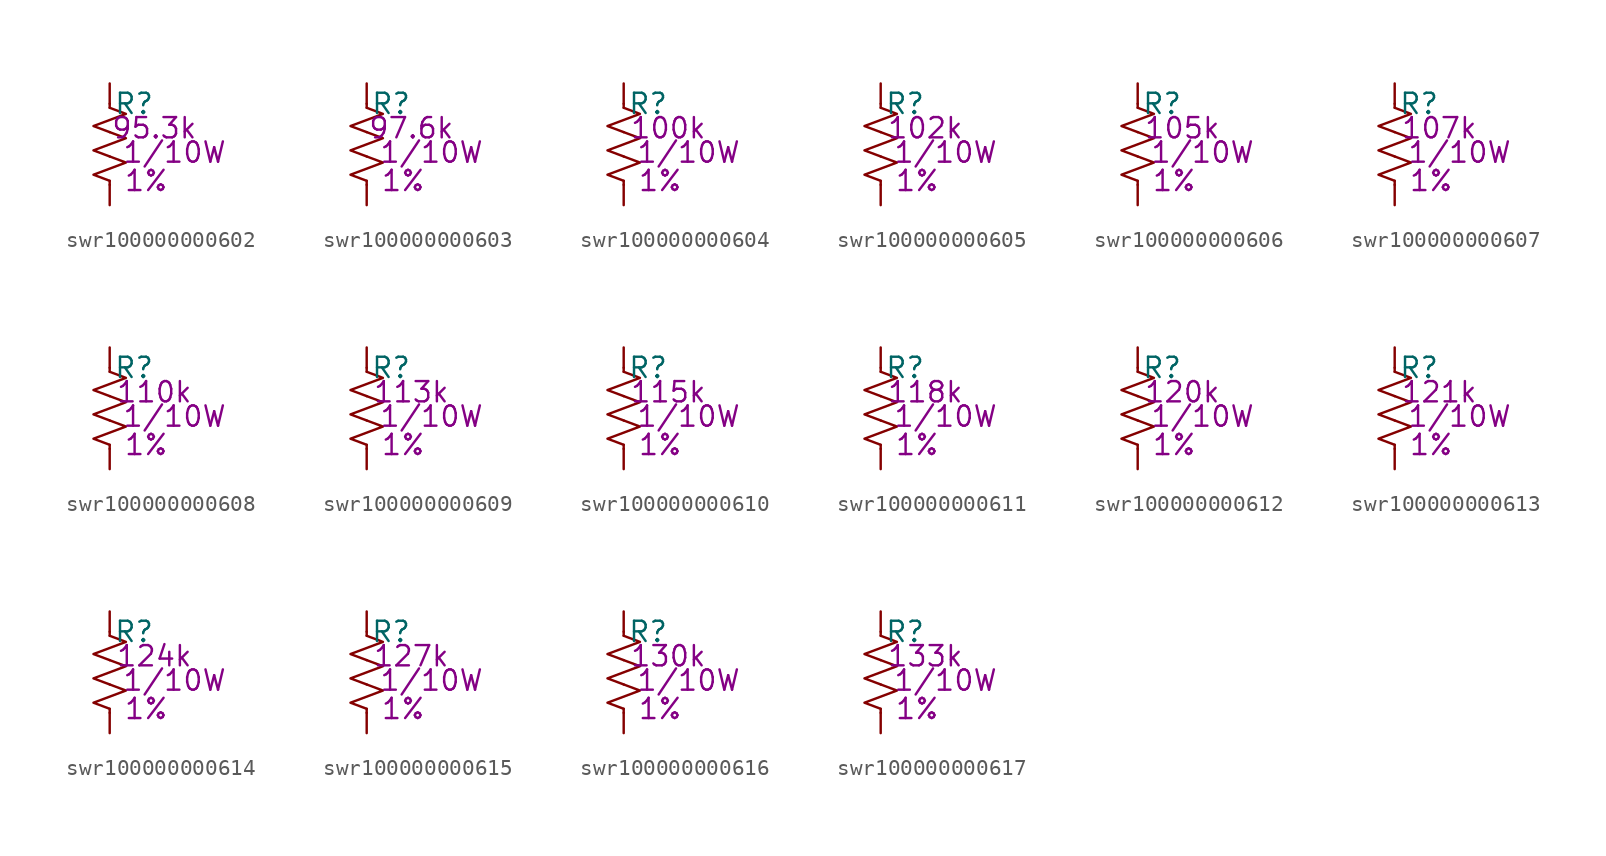
<source format=kicad_sym>
(kicad_symbol_lib
  (version 20211014)
  (generator kicad_symbol_editor)
  (symbol "swr100000000602"
    (pin_numbers hide)
    (pin_names
      (offset 1.016))
    (property "Reference" "R"
      (at 1.524 2.54 0)
      (effects (font (size 1.27 1.27))))
    (property "Tolerance" "1%"
      (at 2.286 -2.286 0)
      (effects (font (size 1.27 1.27))))
    (property "Wattage" "1/10W"
      (at 4.064 -0.508 0)
      (effects (font (size 1.27 1.27))))
    (property "PartValue" "95.3k"
      (at 2.794 1.016 0)
      (effects (font (size 1.27 1.27))))
    (symbol "swr100000000602_1_1"
      (polyline (pts (xy 0 -2.286) (xy 0 -2.54)) (stroke (width 0) (type default) (color 0 0 0 0)) (fill (type none)))
      (polyline (pts (xy 0 2.286) (xy 0 2.54)) (stroke (width 0) (type default) (color 0 0 0 0)) (fill (type none)))
      (polyline (pts (xy 0 -0.762) (xy 1.016 -1.143) (xy 0 -1.524) (xy -1.016 -1.905) (xy 0 -2.286)) (stroke (width 0) (type default) (color 0 0 0 0)) (fill (type none)))
      (polyline (pts (xy 0 0.762) (xy 1.016 0.381) (xy 0 0) (xy -1.016 -0.381) (xy 0 -0.762)) (stroke (width 0) (type default) (color 0 0 0 0)) (fill (type none)))
      (polyline (pts (xy 0 2.286) (xy 1.016 1.905) (xy 0 1.524) (xy -1.016 1.143) (xy 0 0.762)) (stroke (width 0) (type default) (color 0 0 0 0)) (fill (type none)))
      (pin passive line (at 0 3.81 270) (length 1.27) (name "~" (effects (font (size 1.27 1.27)))) (number "1" (effects (font (size 1.27 1.27)))))
      (pin passive line (at 0 -3.81 90) (length 1.27) (name "~" (effects (font (size 1.27 1.27)))) (number "2" (effects (font (size 1.27 1.27)))))))
  (symbol "swr100000000603"
    (pin_numbers hide)
    (pin_names
      (offset 1.016))
    (property "Reference" "R"
      (at 1.524 2.54 0)
      (effects (font (size 1.27 1.27))))
    (property "Tolerance" "1%"
      (at 2.286 -2.286 0)
      (effects (font (size 1.27 1.27))))
    (property "Wattage" "1/10W"
      (at 4.064 -0.508 0)
      (effects (font (size 1.27 1.27))))
    (property "PartValue" "97.6k"
      (at 2.794 1.016 0)
      (effects (font (size 1.27 1.27))))
    (symbol "swr100000000603_1_1"
      (polyline (pts (xy 0 -2.286) (xy 0 -2.54)) (stroke (width 0) (type default) (color 0 0 0 0)) (fill (type none)))
      (polyline (pts (xy 0 2.286) (xy 0 2.54)) (stroke (width 0) (type default) (color 0 0 0 0)) (fill (type none)))
      (polyline (pts (xy 0 -0.762) (xy 1.016 -1.143) (xy 0 -1.524) (xy -1.016 -1.905) (xy 0 -2.286)) (stroke (width 0) (type default) (color 0 0 0 0)) (fill (type none)))
      (polyline (pts (xy 0 0.762) (xy 1.016 0.381) (xy 0 0) (xy -1.016 -0.381) (xy 0 -0.762)) (stroke (width 0) (type default) (color 0 0 0 0)) (fill (type none)))
      (polyline (pts (xy 0 2.286) (xy 1.016 1.905) (xy 0 1.524) (xy -1.016 1.143) (xy 0 0.762)) (stroke (width 0) (type default) (color 0 0 0 0)) (fill (type none)))
      (pin passive line (at 0 3.81 270) (length 1.27) (name "~" (effects (font (size 1.27 1.27)))) (number "1" (effects (font (size 1.27 1.27)))))
      (pin passive line (at 0 -3.81 90) (length 1.27) (name "~" (effects (font (size 1.27 1.27)))) (number "2" (effects (font (size 1.27 1.27)))))))
  (symbol "swr100000000604"
    (pin_numbers hide)
    (pin_names
      (offset 1.016))
    (property "Reference" "R"
      (at 1.524 2.54 0)
      (effects (font (size 1.27 1.27))))
    (property "Tolerance" "1%"
      (at 2.286 -2.286 0)
      (effects (font (size 1.27 1.27))))
    (property "Wattage" "1/10W"
      (at 4.064 -0.508 0)
      (effects (font (size 1.27 1.27))))
    (property "PartValue" "100k"
      (at 2.794 1.016 0)
      (effects (font (size 1.27 1.27))))
    (symbol "swr100000000604_1_1"
      (polyline (pts (xy 0 -2.286) (xy 0 -2.54)) (stroke (width 0) (type default) (color 0 0 0 0)) (fill (type none)))
      (polyline (pts (xy 0 2.286) (xy 0 2.54)) (stroke (width 0) (type default) (color 0 0 0 0)) (fill (type none)))
      (polyline (pts (xy 0 -0.762) (xy 1.016 -1.143) (xy 0 -1.524) (xy -1.016 -1.905) (xy 0 -2.286)) (stroke (width 0) (type default) (color 0 0 0 0)) (fill (type none)))
      (polyline (pts (xy 0 0.762) (xy 1.016 0.381) (xy 0 0) (xy -1.016 -0.381) (xy 0 -0.762)) (stroke (width 0) (type default) (color 0 0 0 0)) (fill (type none)))
      (polyline (pts (xy 0 2.286) (xy 1.016 1.905) (xy 0 1.524) (xy -1.016 1.143) (xy 0 0.762)) (stroke (width 0) (type default) (color 0 0 0 0)) (fill (type none)))
      (pin passive line (at 0 3.81 270) (length 1.27) (name "~" (effects (font (size 1.27 1.27)))) (number "1" (effects (font (size 1.27 1.27)))))
      (pin passive line (at 0 -3.81 90) (length 1.27) (name "~" (effects (font (size 1.27 1.27)))) (number "2" (effects (font (size 1.27 1.27)))))))
  (symbol "swr100000000605"
    (pin_numbers hide)
    (pin_names
      (offset 1.016))
    (property "Reference" "R"
      (at 1.524 2.54 0)
      (effects (font (size 1.27 1.27))))
    (property "Tolerance" "1%"
      (at 2.286 -2.286 0)
      (effects (font (size 1.27 1.27))))
    (property "Wattage" "1/10W"
      (at 4.064 -0.508 0)
      (effects (font (size 1.27 1.27))))
    (property "PartValue" "102k"
      (at 2.794 1.016 0)
      (effects (font (size 1.27 1.27))))
    (symbol "swr100000000605_1_1"
      (polyline (pts (xy 0 -2.286) (xy 0 -2.54)) (stroke (width 0) (type default) (color 0 0 0 0)) (fill (type none)))
      (polyline (pts (xy 0 2.286) (xy 0 2.54)) (stroke (width 0) (type default) (color 0 0 0 0)) (fill (type none)))
      (polyline (pts (xy 0 -0.762) (xy 1.016 -1.143) (xy 0 -1.524) (xy -1.016 -1.905) (xy 0 -2.286)) (stroke (width 0) (type default) (color 0 0 0 0)) (fill (type none)))
      (polyline (pts (xy 0 0.762) (xy 1.016 0.381) (xy 0 0) (xy -1.016 -0.381) (xy 0 -0.762)) (stroke (width 0) (type default) (color 0 0 0 0)) (fill (type none)))
      (polyline (pts (xy 0 2.286) (xy 1.016 1.905) (xy 0 1.524) (xy -1.016 1.143) (xy 0 0.762)) (stroke (width 0) (type default) (color 0 0 0 0)) (fill (type none)))
      (pin passive line (at 0 3.81 270) (length 1.27) (name "~" (effects (font (size 1.27 1.27)))) (number "1" (effects (font (size 1.27 1.27)))))
      (pin passive line (at 0 -3.81 90) (length 1.27) (name "~" (effects (font (size 1.27 1.27)))) (number "2" (effects (font (size 1.27 1.27)))))))
  (symbol "swr100000000606"
    (pin_numbers hide)
    (pin_names
      (offset 1.016))
    (property "Reference" "R"
      (at 1.524 2.54 0)
      (effects (font (size 1.27 1.27))))
    (property "Tolerance" "1%"
      (at 2.286 -2.286 0)
      (effects (font (size 1.27 1.27))))
    (property "Wattage" "1/10W"
      (at 4.064 -0.508 0)
      (effects (font (size 1.27 1.27))))
    (property "PartValue" "105k"
      (at 2.794 1.016 0)
      (effects (font (size 1.27 1.27))))
    (symbol "swr100000000606_1_1"
      (polyline (pts (xy 0 -2.286) (xy 0 -2.54)) (stroke (width 0) (type default) (color 0 0 0 0)) (fill (type none)))
      (polyline (pts (xy 0 2.286) (xy 0 2.54)) (stroke (width 0) (type default) (color 0 0 0 0)) (fill (type none)))
      (polyline (pts (xy 0 -0.762) (xy 1.016 -1.143) (xy 0 -1.524) (xy -1.016 -1.905) (xy 0 -2.286)) (stroke (width 0) (type default) (color 0 0 0 0)) (fill (type none)))
      (polyline (pts (xy 0 0.762) (xy 1.016 0.381) (xy 0 0) (xy -1.016 -0.381) (xy 0 -0.762)) (stroke (width 0) (type default) (color 0 0 0 0)) (fill (type none)))
      (polyline (pts (xy 0 2.286) (xy 1.016 1.905) (xy 0 1.524) (xy -1.016 1.143) (xy 0 0.762)) (stroke (width 0) (type default) (color 0 0 0 0)) (fill (type none)))
      (pin passive line (at 0 3.81 270) (length 1.27) (name "~" (effects (font (size 1.27 1.27)))) (number "1" (effects (font (size 1.27 1.27)))))
      (pin passive line (at 0 -3.81 90) (length 1.27) (name "~" (effects (font (size 1.27 1.27)))) (number "2" (effects (font (size 1.27 1.27)))))))
  (symbol "swr100000000607"
    (pin_numbers hide)
    (pin_names
      (offset 1.016))
    (property "Reference" "R"
      (at 1.524 2.54 0)
      (effects (font (size 1.27 1.27))))
    (property "Tolerance" "1%"
      (at 2.286 -2.286 0)
      (effects (font (size 1.27 1.27))))
    (property "Wattage" "1/10W"
      (at 4.064 -0.508 0)
      (effects (font (size 1.27 1.27))))
    (property "PartValue" "107k"
      (at 2.794 1.016 0)
      (effects (font (size 1.27 1.27))))
    (symbol "swr100000000607_1_1"
      (polyline (pts (xy 0 -2.286) (xy 0 -2.54)) (stroke (width 0) (type default) (color 0 0 0 0)) (fill (type none)))
      (polyline (pts (xy 0 2.286) (xy 0 2.54)) (stroke (width 0) (type default) (color 0 0 0 0)) (fill (type none)))
      (polyline (pts (xy 0 -0.762) (xy 1.016 -1.143) (xy 0 -1.524) (xy -1.016 -1.905) (xy 0 -2.286)) (stroke (width 0) (type default) (color 0 0 0 0)) (fill (type none)))
      (polyline (pts (xy 0 0.762) (xy 1.016 0.381) (xy 0 0) (xy -1.016 -0.381) (xy 0 -0.762)) (stroke (width 0) (type default) (color 0 0 0 0)) (fill (type none)))
      (polyline (pts (xy 0 2.286) (xy 1.016 1.905) (xy 0 1.524) (xy -1.016 1.143) (xy 0 0.762)) (stroke (width 0) (type default) (color 0 0 0 0)) (fill (type none)))
      (pin passive line (at 0 3.81 270) (length 1.27) (name "~" (effects (font (size 1.27 1.27)))) (number "1" (effects (font (size 1.27 1.27)))))
      (pin passive line (at 0 -3.81 90) (length 1.27) (name "~" (effects (font (size 1.27 1.27)))) (number "2" (effects (font (size 1.27 1.27)))))))
  (symbol "swr100000000608"
    (pin_numbers hide)
    (pin_names
      (offset 1.016))
    (property "Reference" "R"
      (at 1.524 2.54 0)
      (effects (font (size 1.27 1.27))))
    (property "Tolerance" "1%"
      (at 2.286 -2.286 0)
      (effects (font (size 1.27 1.27))))
    (property "Wattage" "1/10W"
      (at 4.064 -0.508 0)
      (effects (font (size 1.27 1.27))))
    (property "PartValue" "110k"
      (at 2.794 1.016 0)
      (effects (font (size 1.27 1.27))))
    (symbol "swr100000000608_1_1"
      (polyline (pts (xy 0 -2.286) (xy 0 -2.54)) (stroke (width 0) (type default) (color 0 0 0 0)) (fill (type none)))
      (polyline (pts (xy 0 2.286) (xy 0 2.54)) (stroke (width 0) (type default) (color 0 0 0 0)) (fill (type none)))
      (polyline (pts (xy 0 -0.762) (xy 1.016 -1.143) (xy 0 -1.524) (xy -1.016 -1.905) (xy 0 -2.286)) (stroke (width 0) (type default) (color 0 0 0 0)) (fill (type none)))
      (polyline (pts (xy 0 0.762) (xy 1.016 0.381) (xy 0 0) (xy -1.016 -0.381) (xy 0 -0.762)) (stroke (width 0) (type default) (color 0 0 0 0)) (fill (type none)))
      (polyline (pts (xy 0 2.286) (xy 1.016 1.905) (xy 0 1.524) (xy -1.016 1.143) (xy 0 0.762)) (stroke (width 0) (type default) (color 0 0 0 0)) (fill (type none)))
      (pin passive line (at 0 3.81 270) (length 1.27) (name "~" (effects (font (size 1.27 1.27)))) (number "1" (effects (font (size 1.27 1.27)))))
      (pin passive line (at 0 -3.81 90) (length 1.27) (name "~" (effects (font (size 1.27 1.27)))) (number "2" (effects (font (size 1.27 1.27)))))))
  (symbol "swr100000000609"
    (pin_numbers hide)
    (pin_names
      (offset 1.016))
    (property "Reference" "R"
      (at 1.524 2.54 0)
      (effects (font (size 1.27 1.27))))
    (property "Tolerance" "1%"
      (at 2.286 -2.286 0)
      (effects (font (size 1.27 1.27))))
    (property "Wattage" "1/10W"
      (at 4.064 -0.508 0)
      (effects (font (size 1.27 1.27))))
    (property "PartValue" "113k"
      (at 2.794 1.016 0)
      (effects (font (size 1.27 1.27))))
    (symbol "swr100000000609_1_1"
      (polyline (pts (xy 0 -2.286) (xy 0 -2.54)) (stroke (width 0) (type default) (color 0 0 0 0)) (fill (type none)))
      (polyline (pts (xy 0 2.286) (xy 0 2.54)) (stroke (width 0) (type default) (color 0 0 0 0)) (fill (type none)))
      (polyline (pts (xy 0 -0.762) (xy 1.016 -1.143) (xy 0 -1.524) (xy -1.016 -1.905) (xy 0 -2.286)) (stroke (width 0) (type default) (color 0 0 0 0)) (fill (type none)))
      (polyline (pts (xy 0 0.762) (xy 1.016 0.381) (xy 0 0) (xy -1.016 -0.381) (xy 0 -0.762)) (stroke (width 0) (type default) (color 0 0 0 0)) (fill (type none)))
      (polyline (pts (xy 0 2.286) (xy 1.016 1.905) (xy 0 1.524) (xy -1.016 1.143) (xy 0 0.762)) (stroke (width 0) (type default) (color 0 0 0 0)) (fill (type none)))
      (pin passive line (at 0 3.81 270) (length 1.27) (name "~" (effects (font (size 1.27 1.27)))) (number "1" (effects (font (size 1.27 1.27)))))
      (pin passive line (at 0 -3.81 90) (length 1.27) (name "~" (effects (font (size 1.27 1.27)))) (number "2" (effects (font (size 1.27 1.27)))))))
  (symbol "swr100000000610"
    (pin_numbers hide)
    (pin_names
      (offset 1.016))
    (property "Reference" "R"
      (at 1.524 2.54 0)
      (effects (font (size 1.27 1.27))))
    (property "Tolerance" "1%"
      (at 2.286 -2.286 0)
      (effects (font (size 1.27 1.27))))
    (property "Wattage" "1/10W"
      (at 4.064 -0.508 0)
      (effects (font (size 1.27 1.27))))
    (property "PartValue" "115k"
      (at 2.794 1.016 0)
      (effects (font (size 1.27 1.27))))
    (symbol "swr100000000610_1_1"
      (polyline (pts (xy 0 -2.286) (xy 0 -2.54)) (stroke (width 0) (type default) (color 0 0 0 0)) (fill (type none)))
      (polyline (pts (xy 0 2.286) (xy 0 2.54)) (stroke (width 0) (type default) (color 0 0 0 0)) (fill (type none)))
      (polyline (pts (xy 0 -0.762) (xy 1.016 -1.143) (xy 0 -1.524) (xy -1.016 -1.905) (xy 0 -2.286)) (stroke (width 0) (type default) (color 0 0 0 0)) (fill (type none)))
      (polyline (pts (xy 0 0.762) (xy 1.016 0.381) (xy 0 0) (xy -1.016 -0.381) (xy 0 -0.762)) (stroke (width 0) (type default) (color 0 0 0 0)) (fill (type none)))
      (polyline (pts (xy 0 2.286) (xy 1.016 1.905) (xy 0 1.524) (xy -1.016 1.143) (xy 0 0.762)) (stroke (width 0) (type default) (color 0 0 0 0)) (fill (type none)))
      (pin passive line (at 0 3.81 270) (length 1.27) (name "~" (effects (font (size 1.27 1.27)))) (number "1" (effects (font (size 1.27 1.27)))))
      (pin passive line (at 0 -3.81 90) (length 1.27) (name "~" (effects (font (size 1.27 1.27)))) (number "2" (effects (font (size 1.27 1.27)))))))
  (symbol "swr100000000611"
    (pin_numbers hide)
    (pin_names
      (offset 1.016))
    (property "Reference" "R"
      (at 1.524 2.54 0)
      (effects (font (size 1.27 1.27))))
    (property "Tolerance" "1%"
      (at 2.286 -2.286 0)
      (effects (font (size 1.27 1.27))))
    (property "Wattage" "1/10W"
      (at 4.064 -0.508 0)
      (effects (font (size 1.27 1.27))))
    (property "PartValue" "118k"
      (at 2.794 1.016 0)
      (effects (font (size 1.27 1.27))))
    (symbol "swr100000000611_1_1"
      (polyline (pts (xy 0 -2.286) (xy 0 -2.54)) (stroke (width 0) (type default) (color 0 0 0 0)) (fill (type none)))
      (polyline (pts (xy 0 2.286) (xy 0 2.54)) (stroke (width 0) (type default) (color 0 0 0 0)) (fill (type none)))
      (polyline (pts (xy 0 -0.762) (xy 1.016 -1.143) (xy 0 -1.524) (xy -1.016 -1.905) (xy 0 -2.286)) (stroke (width 0) (type default) (color 0 0 0 0)) (fill (type none)))
      (polyline (pts (xy 0 0.762) (xy 1.016 0.381) (xy 0 0) (xy -1.016 -0.381) (xy 0 -0.762)) (stroke (width 0) (type default) (color 0 0 0 0)) (fill (type none)))
      (polyline (pts (xy 0 2.286) (xy 1.016 1.905) (xy 0 1.524) (xy -1.016 1.143) (xy 0 0.762)) (stroke (width 0) (type default) (color 0 0 0 0)) (fill (type none)))
      (pin passive line (at 0 3.81 270) (length 1.27) (name "~" (effects (font (size 1.27 1.27)))) (number "1" (effects (font (size 1.27 1.27)))))
      (pin passive line (at 0 -3.81 90) (length 1.27) (name "~" (effects (font (size 1.27 1.27)))) (number "2" (effects (font (size 1.27 1.27)))))))
  (symbol "swr100000000612"
    (pin_numbers hide)
    (pin_names
      (offset 1.016))
    (property "Reference" "R"
      (at 1.524 2.54 0)
      (effects (font (size 1.27 1.27))))
    (property "Tolerance" "1%"
      (at 2.286 -2.286 0)
      (effects (font (size 1.27 1.27))))
    (property "Wattage" "1/10W"
      (at 4.064 -0.508 0)
      (effects (font (size 1.27 1.27))))
    (property "PartValue" "120k"
      (at 2.794 1.016 0)
      (effects (font (size 1.27 1.27))))
    (symbol "swr100000000612_1_1"
      (polyline (pts (xy 0 -2.286) (xy 0 -2.54)) (stroke (width 0) (type default) (color 0 0 0 0)) (fill (type none)))
      (polyline (pts (xy 0 2.286) (xy 0 2.54)) (stroke (width 0) (type default) (color 0 0 0 0)) (fill (type none)))
      (polyline (pts (xy 0 -0.762) (xy 1.016 -1.143) (xy 0 -1.524) (xy -1.016 -1.905) (xy 0 -2.286)) (stroke (width 0) (type default) (color 0 0 0 0)) (fill (type none)))
      (polyline (pts (xy 0 0.762) (xy 1.016 0.381) (xy 0 0) (xy -1.016 -0.381) (xy 0 -0.762)) (stroke (width 0) (type default) (color 0 0 0 0)) (fill (type none)))
      (polyline (pts (xy 0 2.286) (xy 1.016 1.905) (xy 0 1.524) (xy -1.016 1.143) (xy 0 0.762)) (stroke (width 0) (type default) (color 0 0 0 0)) (fill (type none)))
      (pin passive line (at 0 3.81 270) (length 1.27) (name "~" (effects (font (size 1.27 1.27)))) (number "1" (effects (font (size 1.27 1.27)))))
      (pin passive line (at 0 -3.81 90) (length 1.27) (name "~" (effects (font (size 1.27 1.27)))) (number "2" (effects (font (size 1.27 1.27)))))))
  (symbol "swr100000000613"
    (pin_numbers hide)
    (pin_names
      (offset 1.016))
    (property "Reference" "R"
      (at 1.524 2.54 0)
      (effects (font (size 1.27 1.27))))
    (property "Tolerance" "1%"
      (at 2.286 -2.286 0)
      (effects (font (size 1.27 1.27))))
    (property "Wattage" "1/10W"
      (at 4.064 -0.508 0)
      (effects (font (size 1.27 1.27))))
    (property "PartValue" "121k"
      (at 2.794 1.016 0)
      (effects (font (size 1.27 1.27))))
    (symbol "swr100000000613_1_1"
      (polyline (pts (xy 0 -2.286) (xy 0 -2.54)) (stroke (width 0) (type default) (color 0 0 0 0)) (fill (type none)))
      (polyline (pts (xy 0 2.286) (xy 0 2.54)) (stroke (width 0) (type default) (color 0 0 0 0)) (fill (type none)))
      (polyline (pts (xy 0 -0.762) (xy 1.016 -1.143) (xy 0 -1.524) (xy -1.016 -1.905) (xy 0 -2.286)) (stroke (width 0) (type default) (color 0 0 0 0)) (fill (type none)))
      (polyline (pts (xy 0 0.762) (xy 1.016 0.381) (xy 0 0) (xy -1.016 -0.381) (xy 0 -0.762)) (stroke (width 0) (type default) (color 0 0 0 0)) (fill (type none)))
      (polyline (pts (xy 0 2.286) (xy 1.016 1.905) (xy 0 1.524) (xy -1.016 1.143) (xy 0 0.762)) (stroke (width 0) (type default) (color 0 0 0 0)) (fill (type none)))
      (pin passive line (at 0 3.81 270) (length 1.27) (name "~" (effects (font (size 1.27 1.27)))) (number "1" (effects (font (size 1.27 1.27)))))
      (pin passive line (at 0 -3.81 90) (length 1.27) (name "~" (effects (font (size 1.27 1.27)))) (number "2" (effects (font (size 1.27 1.27)))))))
  (symbol "swr100000000614"
    (pin_numbers hide)
    (pin_names
      (offset 1.016))
    (property "Reference" "R"
      (at 1.524 2.54 0)
      (effects (font (size 1.27 1.27))))
    (property "Tolerance" "1%"
      (at 2.286 -2.286 0)
      (effects (font (size 1.27 1.27))))
    (property "Wattage" "1/10W"
      (at 4.064 -0.508 0)
      (effects (font (size 1.27 1.27))))
    (property "PartValue" "124k"
      (at 2.794 1.016 0)
      (effects (font (size 1.27 1.27))))
    (symbol "swr100000000614_1_1"
      (polyline (pts (xy 0 -2.286) (xy 0 -2.54)) (stroke (width 0) (type default) (color 0 0 0 0)) (fill (type none)))
      (polyline (pts (xy 0 2.286) (xy 0 2.54)) (stroke (width 0) (type default) (color 0 0 0 0)) (fill (type none)))
      (polyline (pts (xy 0 -0.762) (xy 1.016 -1.143) (xy 0 -1.524) (xy -1.016 -1.905) (xy 0 -2.286)) (stroke (width 0) (type default) (color 0 0 0 0)) (fill (type none)))
      (polyline (pts (xy 0 0.762) (xy 1.016 0.381) (xy 0 0) (xy -1.016 -0.381) (xy 0 -0.762)) (stroke (width 0) (type default) (color 0 0 0 0)) (fill (type none)))
      (polyline (pts (xy 0 2.286) (xy 1.016 1.905) (xy 0 1.524) (xy -1.016 1.143) (xy 0 0.762)) (stroke (width 0) (type default) (color 0 0 0 0)) (fill (type none)))
      (pin passive line (at 0 3.81 270) (length 1.27) (name "~" (effects (font (size 1.27 1.27)))) (number "1" (effects (font (size 1.27 1.27)))))
      (pin passive line (at 0 -3.81 90) (length 1.27) (name "~" (effects (font (size 1.27 1.27)))) (number "2" (effects (font (size 1.27 1.27)))))))
  (symbol "swr100000000615"
    (pin_numbers hide)
    (pin_names
      (offset 1.016))
    (property "Reference" "R"
      (at 1.524 2.54 0)
      (effects (font (size 1.27 1.27))))
    (property "Tolerance" "1%"
      (at 2.286 -2.286 0)
      (effects (font (size 1.27 1.27))))
    (property "Wattage" "1/10W"
      (at 4.064 -0.508 0)
      (effects (font (size 1.27 1.27))))
    (property "PartValue" "127k"
      (at 2.794 1.016 0)
      (effects (font (size 1.27 1.27))))
    (symbol "swr100000000615_1_1"
      (polyline (pts (xy 0 -2.286) (xy 0 -2.54)) (stroke (width 0) (type default) (color 0 0 0 0)) (fill (type none)))
      (polyline (pts (xy 0 2.286) (xy 0 2.54)) (stroke (width 0) (type default) (color 0 0 0 0)) (fill (type none)))
      (polyline (pts (xy 0 -0.762) (xy 1.016 -1.143) (xy 0 -1.524) (xy -1.016 -1.905) (xy 0 -2.286)) (stroke (width 0) (type default) (color 0 0 0 0)) (fill (type none)))
      (polyline (pts (xy 0 0.762) (xy 1.016 0.381) (xy 0 0) (xy -1.016 -0.381) (xy 0 -0.762)) (stroke (width 0) (type default) (color 0 0 0 0)) (fill (type none)))
      (polyline (pts (xy 0 2.286) (xy 1.016 1.905) (xy 0 1.524) (xy -1.016 1.143) (xy 0 0.762)) (stroke (width 0) (type default) (color 0 0 0 0)) (fill (type none)))
      (pin passive line (at 0 3.81 270) (length 1.27) (name "~" (effects (font (size 1.27 1.27)))) (number "1" (effects (font (size 1.27 1.27)))))
      (pin passive line (at 0 -3.81 90) (length 1.27) (name "~" (effects (font (size 1.27 1.27)))) (number "2" (effects (font (size 1.27 1.27)))))))
  (symbol "swr100000000616"
    (pin_numbers hide)
    (pin_names
      (offset 1.016))
    (property "Reference" "R"
      (at 1.524 2.54 0)
      (effects (font (size 1.27 1.27))))
    (property "Tolerance" "1%"
      (at 2.286 -2.286 0)
      (effects (font (size 1.27 1.27))))
    (property "Wattage" "1/10W"
      (at 4.064 -0.508 0)
      (effects (font (size 1.27 1.27))))
    (property "PartValue" "130k"
      (at 2.794 1.016 0)
      (effects (font (size 1.27 1.27))))
    (symbol "swr100000000616_1_1"
      (polyline (pts (xy 0 -2.286) (xy 0 -2.54)) (stroke (width 0) (type default) (color 0 0 0 0)) (fill (type none)))
      (polyline (pts (xy 0 2.286) (xy 0 2.54)) (stroke (width 0) (type default) (color 0 0 0 0)) (fill (type none)))
      (polyline (pts (xy 0 -0.762) (xy 1.016 -1.143) (xy 0 -1.524) (xy -1.016 -1.905) (xy 0 -2.286)) (stroke (width 0) (type default) (color 0 0 0 0)) (fill (type none)))
      (polyline (pts (xy 0 0.762) (xy 1.016 0.381) (xy 0 0) (xy -1.016 -0.381) (xy 0 -0.762)) (stroke (width 0) (type default) (color 0 0 0 0)) (fill (type none)))
      (polyline (pts (xy 0 2.286) (xy 1.016 1.905) (xy 0 1.524) (xy -1.016 1.143) (xy 0 0.762)) (stroke (width 0) (type default) (color 0 0 0 0)) (fill (type none)))
      (pin passive line (at 0 3.81 270) (length 1.27) (name "~" (effects (font (size 1.27 1.27)))) (number "1" (effects (font (size 1.27 1.27)))))
      (pin passive line (at 0 -3.81 90) (length 1.27) (name "~" (effects (font (size 1.27 1.27)))) (number "2" (effects (font (size 1.27 1.27)))))))
  (symbol "swr100000000617"
    (pin_numbers hide)
    (pin_names
      (offset 1.016))
    (property "Reference" "R"
      (at 1.524 2.54 0)
      (effects (font (size 1.27 1.27))))
    (property "Tolerance" "1%"
      (at 2.286 -2.286 0)
      (effects (font (size 1.27 1.27))))
    (property "Wattage" "1/10W"
      (at 4.064 -0.508 0)
      (effects (font (size 1.27 1.27))))
    (property "PartValue" "133k"
      (at 2.794 1.016 0)
      (effects (font (size 1.27 1.27))))
    (symbol "swr100000000617_1_1"
      (polyline (pts (xy 0 -2.286) (xy 0 -2.54)) (stroke (width 0) (type default) (color 0 0 0 0)) (fill (type none)))
      (polyline (pts (xy 0 2.286) (xy 0 2.54)) (stroke (width 0) (type default) (color 0 0 0 0)) (fill (type none)))
      (polyline (pts (xy 0 -0.762) (xy 1.016 -1.143) (xy 0 -1.524) (xy -1.016 -1.905) (xy 0 -2.286)) (stroke (width 0) (type default) (color 0 0 0 0)) (fill (type none)))
      (polyline (pts (xy 0 0.762) (xy 1.016 0.381) (xy 0 0) (xy -1.016 -0.381) (xy 0 -0.762)) (stroke (width 0) (type default) (color 0 0 0 0)) (fill (type none)))
      (polyline (pts (xy 0 2.286) (xy 1.016 1.905) (xy 0 1.524) (xy -1.016 1.143) (xy 0 0.762)) (stroke (width 0) (type default) (color 0 0 0 0)) (fill (type none)))
      (pin passive line (at 0 3.81 270) (length 1.27) (name "~" (effects (font (size 1.27 1.27)))) (number "1" (effects (font (size 1.27 1.27)))))
      (pin passive line (at 0 -3.81 90) (length 1.27) (name "~" (effects (font (size 1.27 1.27)))) (number "2" (effects (font (size 1.27 1.27))))))))
</source>
